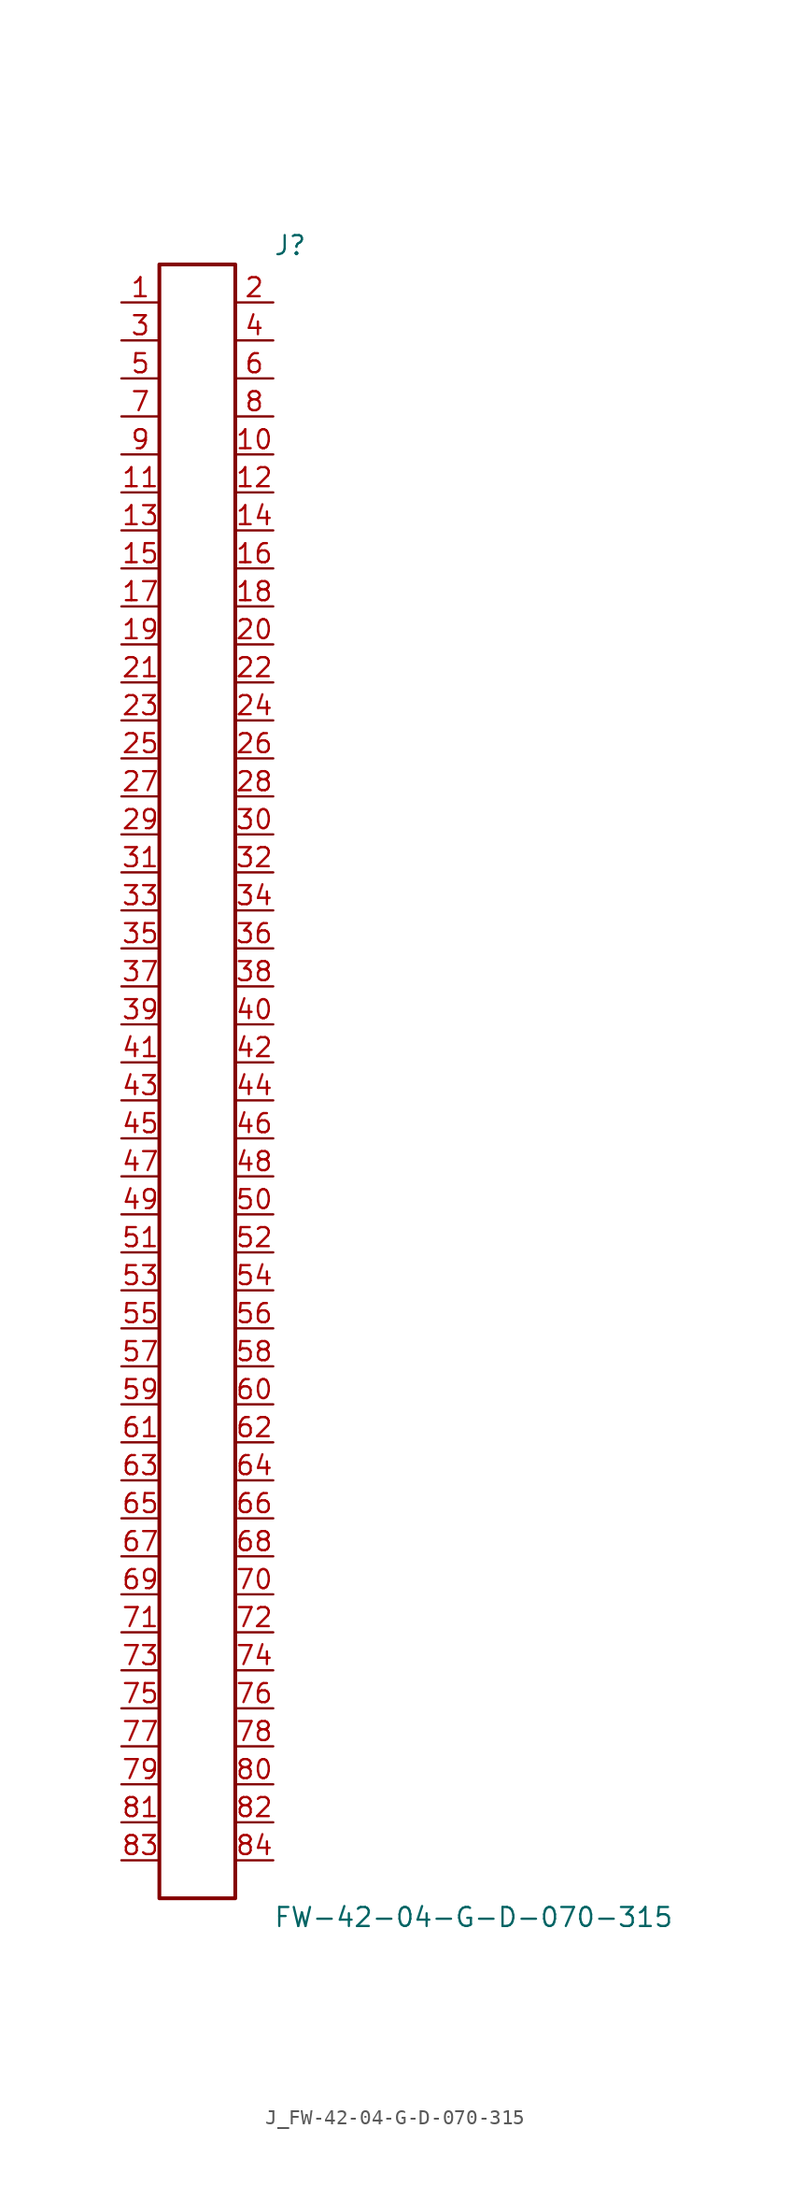
<source format=kicad_sym>
(kicad_symbol_lib
  (version 20231120)
  (generator kicad_symbol_editor)
  (generator_version 8.0)
  (symbol "J_FW-42-04-G-D-070-315"
    (pin_names
      (offset 0.254))
    (property "Reference" "J"
      (at 5.08 55.88 0)
      (effects (font (size 1.27 1.27)) (justify left)))
    (property "Value" "FW-42-04-G-D-070-315"
      (at 5.08 -55.88 0)
      (effects (font (size 1.27 1.27)) (justify left)))
    (symbol "J_FW-42-04-G-D-070-315_0_0"
      (pin passive line (at -5.08 52.07 0) (length 2.54) (name "" (effects (font (size 1.27 1.27)))) (number "1" (effects (font (size 1.27 1.27)))))
      (pin passive line (at 5.08 52.07 180) (length 2.54) (name "" (effects (font (size 1.27 1.27)))) (number "2" (effects (font (size 1.27 1.27)))))
      (pin passive line (at -5.08 49.53 0) (length 2.54) (name "" (effects (font (size 1.27 1.27)))) (number "3" (effects (font (size 1.27 1.27)))))
      (pin passive line (at 5.08 49.53 180) (length 2.54) (name "" (effects (font (size 1.27 1.27)))) (number "4" (effects (font (size 1.27 1.27)))))
      (pin passive line (at -5.08 46.99 0) (length 2.54) (name "" (effects (font (size 1.27 1.27)))) (number "5" (effects (font (size 1.27 1.27)))))
      (pin passive line (at 5.08 46.99 180) (length 2.54) (name "" (effects (font (size 1.27 1.27)))) (number "6" (effects (font (size 1.27 1.27)))))
      (pin passive line (at -5.08 44.45 0) (length 2.54) (name "" (effects (font (size 1.27 1.27)))) (number "7" (effects (font (size 1.27 1.27)))))
      (pin passive line (at 5.08 44.45 180) (length 2.54) (name "" (effects (font (size 1.27 1.27)))) (number "8" (effects (font (size 1.27 1.27)))))
      (pin passive line (at -5.08 41.91 0) (length 2.54) (name "" (effects (font (size 1.27 1.27)))) (number "9" (effects (font (size 1.27 1.27)))))
      (pin passive line (at 5.08 41.91 180) (length 2.54) (name "" (effects (font (size 1.27 1.27)))) (number "10" (effects (font (size 1.27 1.27)))))
      (pin passive line (at -5.08 39.37 0) (length 2.54) (name "" (effects (font (size 1.27 1.27)))) (number "11" (effects (font (size 1.27 1.27)))))
      (pin passive line (at 5.08 39.37 180) (length 2.54) (name "" (effects (font (size 1.27 1.27)))) (number "12" (effects (font (size 1.27 1.27)))))
      (pin passive line (at -5.08 36.83 0) (length 2.54) (name "" (effects (font (size 1.27 1.27)))) (number "13" (effects (font (size 1.27 1.27)))))
      (pin passive line (at 5.08 36.83 180) (length 2.54) (name "" (effects (font (size 1.27 1.27)))) (number "14" (effects (font (size 1.27 1.27)))))
      (pin passive line (at -5.08 34.29 0) (length 2.54) (name "" (effects (font (size 1.27 1.27)))) (number "15" (effects (font (size 1.27 1.27)))))
      (pin passive line (at 5.08 34.29 180) (length 2.54) (name "" (effects (font (size 1.27 1.27)))) (number "16" (effects (font (size 1.27 1.27)))))
      (pin passive line (at -5.08 31.75 0) (length 2.54) (name "" (effects (font (size 1.27 1.27)))) (number "17" (effects (font (size 1.27 1.27)))))
      (pin passive line (at 5.08 31.75 180) (length 2.54) (name "" (effects (font (size 1.27 1.27)))) (number "18" (effects (font (size 1.27 1.27)))))
      (pin passive line (at -5.08 29.21 0) (length 2.54) (name "" (effects (font (size 1.27 1.27)))) (number "19" (effects (font (size 1.27 1.27)))))
      (pin passive line (at 5.08 29.21 180) (length 2.54) (name "" (effects (font (size 1.27 1.27)))) (number "20" (effects (font (size 1.27 1.27)))))
      (pin passive line (at -5.08 26.67 0) (length 2.54) (name "" (effects (font (size 1.27 1.27)))) (number "21" (effects (font (size 1.27 1.27)))))
      (pin passive line (at 5.08 26.67 180) (length 2.54) (name "" (effects (font (size 1.27 1.27)))) (number "22" (effects (font (size 1.27 1.27)))))
      (pin passive line (at -5.08 24.13 0) (length 2.54) (name "" (effects (font (size 1.27 1.27)))) (number "23" (effects (font (size 1.27 1.27)))))
      (pin passive line (at 5.08 24.13 180) (length 2.54) (name "" (effects (font (size 1.27 1.27)))) (number "24" (effects (font (size 1.27 1.27)))))
      (pin passive line (at -5.08 21.59 0) (length 2.54) (name "" (effects (font (size 1.27 1.27)))) (number "25" (effects (font (size 1.27 1.27)))))
      (pin passive line (at 5.08 21.59 180) (length 2.54) (name "" (effects (font (size 1.27 1.27)))) (number "26" (effects (font (size 1.27 1.27)))))
      (pin passive line (at -5.08 19.05 0) (length 2.54) (name "" (effects (font (size 1.27 1.27)))) (number "27" (effects (font (size 1.27 1.27)))))
      (pin passive line (at 5.08 19.05 180) (length 2.54) (name "" (effects (font (size 1.27 1.27)))) (number "28" (effects (font (size 1.27 1.27)))))
      (pin passive line (at -5.08 16.51 0) (length 2.54) (name "" (effects (font (size 1.27 1.27)))) (number "29" (effects (font (size 1.27 1.27)))))
      (pin passive line (at 5.08 16.51 180) (length 2.54) (name "" (effects (font (size 1.27 1.27)))) (number "30" (effects (font (size 1.27 1.27)))))
      (pin passive line (at -5.08 13.97 0) (length 2.54) (name "" (effects (font (size 1.27 1.27)))) (number "31" (effects (font (size 1.27 1.27)))))
      (pin passive line (at 5.08 13.97 180) (length 2.54) (name "" (effects (font (size 1.27 1.27)))) (number "32" (effects (font (size 1.27 1.27)))))
      (pin passive line (at -5.08 11.43 0) (length 2.54) (name "" (effects (font (size 1.27 1.27)))) (number "33" (effects (font (size 1.27 1.27)))))
      (pin passive line (at 5.08 11.43 180) (length 2.54) (name "" (effects (font (size 1.27 1.27)))) (number "34" (effects (font (size 1.27 1.27)))))
      (pin passive line (at -5.08 8.89 0) (length 2.54) (name "" (effects (font (size 1.27 1.27)))) (number "35" (effects (font (size 1.27 1.27)))))
      (pin passive line (at 5.08 8.89 180) (length 2.54) (name "" (effects (font (size 1.27 1.27)))) (number "36" (effects (font (size 1.27 1.27)))))
      (pin passive line (at -5.08 6.35 0) (length 2.54) (name "" (effects (font (size 1.27 1.27)))) (number "37" (effects (font (size 1.27 1.27)))))
      (pin passive line (at 5.08 6.35 180) (length 2.54) (name "" (effects (font (size 1.27 1.27)))) (number "38" (effects (font (size 1.27 1.27)))))
      (pin passive line (at -5.08 3.81 0) (length 2.54) (name "" (effects (font (size 1.27 1.27)))) (number "39" (effects (font (size 1.27 1.27)))))
      (pin passive line (at 5.08 3.81 180) (length 2.54) (name "" (effects (font (size 1.27 1.27)))) (number "40" (effects (font (size 1.27 1.27)))))
      (pin passive line (at -5.08 1.27 0) (length 2.54) (name "" (effects (font (size 1.27 1.27)))) (number "41" (effects (font (size 1.27 1.27)))))
      (pin passive line (at 5.08 1.27 180) (length 2.54) (name "" (effects (font (size 1.27 1.27)))) (number "42" (effects (font (size 1.27 1.27)))))
      (pin passive line (at -5.08 -1.27 0) (length 2.54) (name "" (effects (font (size 1.27 1.27)))) (number "43" (effects (font (size 1.27 1.27)))))
      (pin passive line (at 5.08 -1.27 180) (length 2.54) (name "" (effects (font (size 1.27 1.27)))) (number "44" (effects (font (size 1.27 1.27)))))
      (pin passive line (at -5.08 -3.81 0) (length 2.54) (name "" (effects (font (size 1.27 1.27)))) (number "45" (effects (font (size 1.27 1.27)))))
      (pin passive line (at 5.08 -3.81 180) (length 2.54) (name "" (effects (font (size 1.27 1.27)))) (number "46" (effects (font (size 1.27 1.27)))))
      (pin passive line (at -5.08 -6.35 0) (length 2.54) (name "" (effects (font (size 1.27 1.27)))) (number "47" (effects (font (size 1.27 1.27)))))
      (pin passive line (at 5.08 -6.35 180) (length 2.54) (name "" (effects (font (size 1.27 1.27)))) (number "48" (effects (font (size 1.27 1.27)))))
      (pin passive line (at -5.08 -8.89 0) (length 2.54) (name "" (effects (font (size 1.27 1.27)))) (number "49" (effects (font (size 1.27 1.27)))))
      (pin passive line (at 5.08 -8.89 180) (length 2.54) (name "" (effects (font (size 1.27 1.27)))) (number "50" (effects (font (size 1.27 1.27)))))
      (pin passive line (at -5.08 -11.43 0) (length 2.54) (name "" (effects (font (size 1.27 1.27)))) (number "51" (effects (font (size 1.27 1.27)))))
      (pin passive line (at 5.08 -11.43 180) (length 2.54) (name "" (effects (font (size 1.27 1.27)))) (number "52" (effects (font (size 1.27 1.27)))))
      (pin passive line (at -5.08 -13.97 0) (length 2.54) (name "" (effects (font (size 1.27 1.27)))) (number "53" (effects (font (size 1.27 1.27)))))
      (pin passive line (at 5.08 -13.97 180) (length 2.54) (name "" (effects (font (size 1.27 1.27)))) (number "54" (effects (font (size 1.27 1.27)))))
      (pin passive line (at -5.08 -16.51 0) (length 2.54) (name "" (effects (font (size 1.27 1.27)))) (number "55" (effects (font (size 1.27 1.27)))))
      (pin passive line (at 5.08 -16.51 180) (length 2.54) (name "" (effects (font (size 1.27 1.27)))) (number "56" (effects (font (size 1.27 1.27)))))
      (pin passive line (at -5.08 -19.05 0) (length 2.54) (name "" (effects (font (size 1.27 1.27)))) (number "57" (effects (font (size 1.27 1.27)))))
      (pin passive line (at 5.08 -19.05 180) (length 2.54) (name "" (effects (font (size 1.27 1.27)))) (number "58" (effects (font (size 1.27 1.27)))))
      (pin passive line (at -5.08 -21.59 0) (length 2.54) (name "" (effects (font (size 1.27 1.27)))) (number "59" (effects (font (size 1.27 1.27)))))
      (pin passive line (at 5.08 -21.59 180) (length 2.54) (name "" (effects (font (size 1.27 1.27)))) (number "60" (effects (font (size 1.27 1.27)))))
      (pin passive line (at -5.08 -24.13 0) (length 2.54) (name "" (effects (font (size 1.27 1.27)))) (number "61" (effects (font (size 1.27 1.27)))))
      (pin passive line (at 5.08 -24.13 180) (length 2.54) (name "" (effects (font (size 1.27 1.27)))) (number "62" (effects (font (size 1.27 1.27)))))
      (pin passive line (at -5.08 -26.67 0) (length 2.54) (name "" (effects (font (size 1.27 1.27)))) (number "63" (effects (font (size 1.27 1.27)))))
      (pin passive line (at 5.08 -26.67 180) (length 2.54) (name "" (effects (font (size 1.27 1.27)))) (number "64" (effects (font (size 1.27 1.27)))))
      (pin passive line (at -5.08 -29.21 0) (length 2.54) (name "" (effects (font (size 1.27 1.27)))) (number "65" (effects (font (size 1.27 1.27)))))
      (pin passive line (at 5.08 -29.21 180) (length 2.54) (name "" (effects (font (size 1.27 1.27)))) (number "66" (effects (font (size 1.27 1.27)))))
      (pin passive line (at -5.08 -31.75 0) (length 2.54) (name "" (effects (font (size 1.27 1.27)))) (number "67" (effects (font (size 1.27 1.27)))))
      (pin passive line (at 5.08 -31.75 180) (length 2.54) (name "" (effects (font (size 1.27 1.27)))) (number "68" (effects (font (size 1.27 1.27)))))
      (pin passive line (at -5.08 -34.29 0) (length 2.54) (name "" (effects (font (size 1.27 1.27)))) (number "69" (effects (font (size 1.27 1.27)))))
      (pin passive line (at 5.08 -34.29 180) (length 2.54) (name "" (effects (font (size 1.27 1.27)))) (number "70" (effects (font (size 1.27 1.27)))))
      (pin passive line (at -5.08 -36.83 0) (length 2.54) (name "" (effects (font (size 1.27 1.27)))) (number "71" (effects (font (size 1.27 1.27)))))
      (pin passive line (at 5.08 -36.83 180) (length 2.54) (name "" (effects (font (size 1.27 1.27)))) (number "72" (effects (font (size 1.27 1.27)))))
      (pin passive line (at -5.08 -39.37 0) (length 2.54) (name "" (effects (font (size 1.27 1.27)))) (number "73" (effects (font (size 1.27 1.27)))))
      (pin passive line (at 5.08 -39.37 180) (length 2.54) (name "" (effects (font (size 1.27 1.27)))) (number "74" (effects (font (size 1.27 1.27)))))
      (pin passive line (at -5.08 -41.91 0) (length 2.54) (name "" (effects (font (size 1.27 1.27)))) (number "75" (effects (font (size 1.27 1.27)))))
      (pin passive line (at 5.08 -41.91 180) (length 2.54) (name "" (effects (font (size 1.27 1.27)))) (number "76" (effects (font (size 1.27 1.27)))))
      (pin passive line (at -5.08 -44.45 0) (length 2.54) (name "" (effects (font (size 1.27 1.27)))) (number "77" (effects (font (size 1.27 1.27)))))
      (pin passive line (at 5.08 -44.45 180) (length 2.54) (name "" (effects (font (size 1.27 1.27)))) (number "78" (effects (font (size 1.27 1.27)))))
      (pin passive line (at -5.08 -46.99 0) (length 2.54) (name "" (effects (font (size 1.27 1.27)))) (number "79" (effects (font (size 1.27 1.27)))))
      (pin passive line (at 5.08 -46.99 180) (length 2.54) (name "" (effects (font (size 1.27 1.27)))) (number "80" (effects (font (size 1.27 1.27)))))
      (pin passive line (at -5.08 -49.53 0) (length 2.54) (name "" (effects (font (size 1.27 1.27)))) (number "81" (effects (font (size 1.27 1.27)))))
      (pin passive line (at 5.08 -49.53 180) (length 2.54) (name "" (effects (font (size 1.27 1.27)))) (number "82" (effects (font (size 1.27 1.27)))))
      (pin passive line (at -5.08 -52.07 0) (length 2.54) (name "" (effects (font (size 1.27 1.27)))) (number "83" (effects (font (size 1.27 1.27)))))
      (pin passive line (at 5.08 -52.07 180) (length 2.54) (name "" (effects (font (size 1.27 1.27)))) (number "84" (effects (font (size 1.27 1.27))))))
    (symbol "J_FW-42-04-G-D-070-315_1_0"
      (rectangle (start -2.54 54.61) (end 2.54 -54.61) (stroke (width 0.254) (type solid)) (fill (type none))))))
</source>
